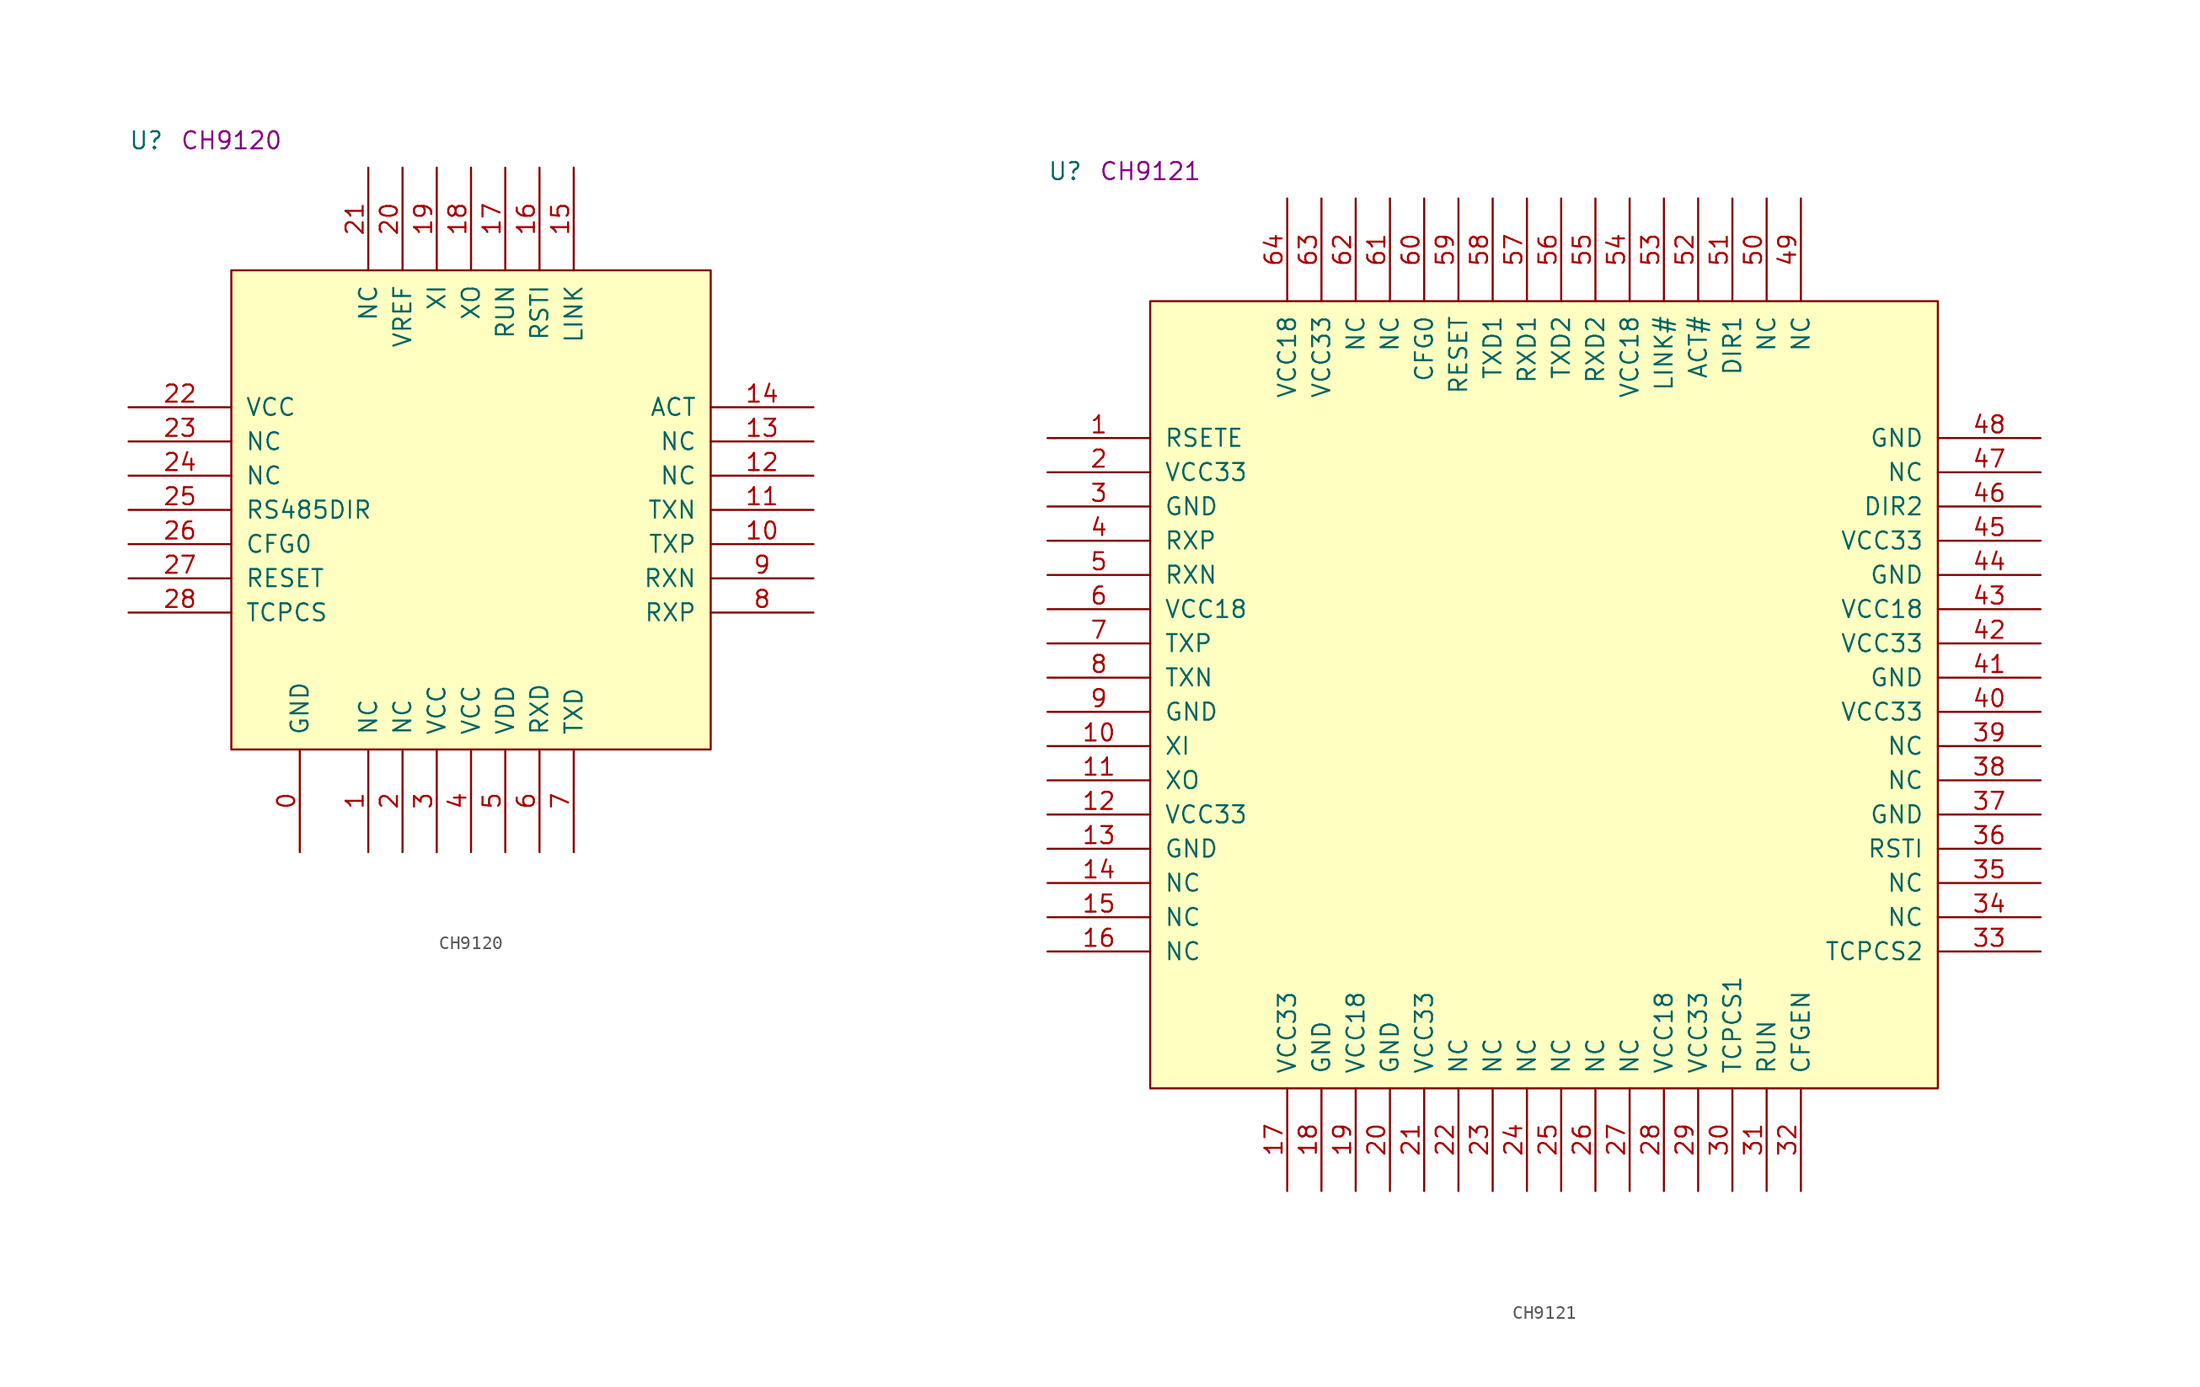
<source format=kicad_sym>
(kicad_symbol_lib
  (version 20211014)
  (generator kicad_symbol_editor)
  (symbol "CH9120"
    (pin_names
      (offset 1.016))
    (property "Reference" "U"
      (at -7.62 8.89 0)
      (effects (font (size 1.27 1.27)) (justify left bottom)))
    (property "Comment" "CH9120"
      (at -3.81 8.89 0)
      (effects (font (size 1.27 1.27)) (justify left bottom)))
    (symbol "CH9120_1_1"
      (rectangle (start 0 -35.56) (end 35.56 0) (stroke (width 0) (type default) (color 0 0 0 0)) (fill (type background)))
      (pin power_in line (at 5.08 -43.18 90) (length 7.62) (name "GND" (effects (font (size 1.27 1.27)))) (number "0" (effects (font (size 1.27 1.27)))))
      (pin passive line (at 10.16 -43.18 90) (length 7.62) (name "NC" (effects (font (size 1.27 1.27)))) (number "1" (effects (font (size 1.27 1.27)))))
      (pin output line (at 43.18 -20.32 180) (length 7.62) (name "TXP" (effects (font (size 1.27 1.27)))) (number "10" (effects (font (size 1.27 1.27)))))
      (pin output line (at 43.18 -17.78 180) (length 7.62) (name "TXN" (effects (font (size 1.27 1.27)))) (number "11" (effects (font (size 1.27 1.27)))))
      (pin passive line (at 43.18 -15.24 180) (length 7.62) (name "NC" (effects (font (size 1.27 1.27)))) (number "12" (effects (font (size 1.27 1.27)))))
      (pin passive line (at 43.18 -12.7 180) (length 7.62) (name "NC" (effects (font (size 1.27 1.27)))) (number "13" (effects (font (size 1.27 1.27)))))
      (pin output line (at 43.18 -10.16 180) (length 7.62) (name "ACT" (effects (font (size 1.27 1.27)))) (number "14" (effects (font (size 1.27 1.27)))))
      (pin output line (at 25.4 7.62 270) (length 7.62) (name "LINK" (effects (font (size 1.27 1.27)))) (number "15" (effects (font (size 1.27 1.27)))))
      (pin input line (at 22.86 7.62 270) (length 7.62) (name "RSTI" (effects (font (size 1.27 1.27)))) (number "16" (effects (font (size 1.27 1.27)))))
      (pin output line (at 20.32 7.62 270) (length 7.62) (name "RUN" (effects (font (size 1.27 1.27)))) (number "17" (effects (font (size 1.27 1.27)))))
      (pin output line (at 17.78 7.62 270) (length 7.62) (name "XO" (effects (font (size 1.27 1.27)))) (number "18" (effects (font (size 1.27 1.27)))))
      (pin input line (at 15.24 7.62 270) (length 7.62) (name "XI" (effects (font (size 1.27 1.27)))) (number "19" (effects (font (size 1.27 1.27)))))
      (pin passive line (at 12.7 -43.18 90) (length 7.62) (name "NC" (effects (font (size 1.27 1.27)))) (number "2" (effects (font (size 1.27 1.27)))))
      (pin power_in line (at 12.7 7.62 270) (length 7.62) (name "VREF" (effects (font (size 1.27 1.27)))) (number "20" (effects (font (size 1.27 1.27)))))
      (pin passive line (at 10.16 7.62 270) (length 7.62) (name "NC" (effects (font (size 1.27 1.27)))) (number "21" (effects (font (size 1.27 1.27)))))
      (pin power_in line (at -7.62 -10.16 0) (length 7.62) (name "VCC" (effects (font (size 1.27 1.27)))) (number "22" (effects (font (size 1.27 1.27)))))
      (pin passive line (at -7.62 -12.7 0) (length 7.62) (name "NC" (effects (font (size 1.27 1.27)))) (number "23" (effects (font (size 1.27 1.27)))))
      (pin passive line (at -7.62 -15.24 0) (length 7.62) (name "NC" (effects (font (size 1.27 1.27)))) (number "24" (effects (font (size 1.27 1.27)))))
      (pin output line (at -7.62 -17.78 0) (length 7.62) (name "RS485DIR" (effects (font (size 1.27 1.27)))) (number "25" (effects (font (size 1.27 1.27)))))
      (pin input line (at -7.62 -20.32 0) (length 7.62) (name "CFG0" (effects (font (size 1.27 1.27)))) (number "26" (effects (font (size 1.27 1.27)))))
      (pin input line (at -7.62 -22.86 0) (length 7.62) (name "RESET" (effects (font (size 1.27 1.27)))) (number "27" (effects (font (size 1.27 1.27)))))
      (pin output line (at -7.62 -25.4 0) (length 7.62) (name "TCPCS" (effects (font (size 1.27 1.27)))) (number "28" (effects (font (size 1.27 1.27)))))
      (pin power_in line (at 15.24 -43.18 90) (length 7.62) (name "VCC" (effects (font (size 1.27 1.27)))) (number "3" (effects (font (size 1.27 1.27)))))
      (pin power_in line (at 17.78 -43.18 90) (length 7.62) (name "VCC" (effects (font (size 1.27 1.27)))) (number "4" (effects (font (size 1.27 1.27)))))
      (pin power_in line (at 20.32 -43.18 90) (length 7.62) (name "VDD" (effects (font (size 1.27 1.27)))) (number "5" (effects (font (size 1.27 1.27)))))
      (pin input line (at 22.86 -43.18 90) (length 7.62) (name "RXD" (effects (font (size 1.27 1.27)))) (number "6" (effects (font (size 1.27 1.27)))))
      (pin output line (at 25.4 -43.18 90) (length 7.62) (name "TXD" (effects (font (size 1.27 1.27)))) (number "7" (effects (font (size 1.27 1.27)))))
      (pin input line (at 43.18 -25.4 180) (length 7.62) (name "RXP" (effects (font (size 1.27 1.27)))) (number "8" (effects (font (size 1.27 1.27)))))
      (pin input line (at 43.18 -22.86 180) (length 7.62) (name "RXN" (effects (font (size 1.27 1.27)))) (number "9" (effects (font (size 1.27 1.27)))))))
  (symbol "CH9121"
    (pin_names
      (offset 1.016))
    (property "Reference" "U"
      (at -7.62 8.89 0)
      (effects (font (size 1.27 1.27)) (justify left bottom)))
    (property "Comment" "CH9121"
      (at -3.81 8.89 0)
      (effects (font (size 1.27 1.27)) (justify left bottom)))
    (symbol "CH9121_1_1"
      (rectangle (start 0 -58.42) (end 58.42 0) (stroke (width 0) (type default) (color 0 0 0 0)) (fill (type background)))
      (pin passive line (at -7.62 -10.16 0) (length 7.62) (name "RSETE" (effects (font (size 1.27 1.27)))) (number "1" (effects (font (size 1.27 1.27)))))
      (pin input line (at -7.62 -33.02 0) (length 7.62) (name "XI" (effects (font (size 1.27 1.27)))) (number "10" (effects (font (size 1.27 1.27)))))
      (pin output line (at -7.62 -35.56 0) (length 7.62) (name "XO" (effects (font (size 1.27 1.27)))) (number "11" (effects (font (size 1.27 1.27)))))
      (pin power_in line (at -7.62 -38.1 0) (length 7.62) (name "VCC33" (effects (font (size 1.27 1.27)))) (number "12" (effects (font (size 1.27 1.27)))))
      (pin power_in line (at -7.62 -40.64 0) (length 7.62) (name "GND" (effects (font (size 1.27 1.27)))) (number "13" (effects (font (size 1.27 1.27)))))
      (pin passive line (at -7.62 -43.18 0) (length 7.62) (name "NC" (effects (font (size 1.27 1.27)))) (number "14" (effects (font (size 1.27 1.27)))))
      (pin passive line (at -7.62 -45.72 0) (length 7.62) (name "NC" (effects (font (size 1.27 1.27)))) (number "15" (effects (font (size 1.27 1.27)))))
      (pin passive line (at -7.62 -48.26 0) (length 7.62) (name "NC" (effects (font (size 1.27 1.27)))) (number "16" (effects (font (size 1.27 1.27)))))
      (pin power_in line (at 10.16 -66.04 90) (length 7.62) (name "VCC33" (effects (font (size 1.27 1.27)))) (number "17" (effects (font (size 1.27 1.27)))))
      (pin power_in line (at 12.7 -66.04 90) (length 7.62) (name "GND" (effects (font (size 1.27 1.27)))) (number "18" (effects (font (size 1.27 1.27)))))
      (pin power_in line (at 15.24 -66.04 90) (length 7.62) (name "VCC18" (effects (font (size 1.27 1.27)))) (number "19" (effects (font (size 1.27 1.27)))))
      (pin power_in line (at -7.62 -12.7 0) (length 7.62) (name "VCC33" (effects (font (size 1.27 1.27)))) (number "2" (effects (font (size 1.27 1.27)))))
      (pin power_in line (at 17.78 -66.04 90) (length 7.62) (name "GND" (effects (font (size 1.27 1.27)))) (number "20" (effects (font (size 1.27 1.27)))))
      (pin power_in line (at 20.32 -66.04 90) (length 7.62) (name "VCC33" (effects (font (size 1.27 1.27)))) (number "21" (effects (font (size 1.27 1.27)))))
      (pin passive line (at 22.86 -66.04 90) (length 7.62) (name "NC" (effects (font (size 1.27 1.27)))) (number "22" (effects (font (size 1.27 1.27)))))
      (pin passive line (at 25.4 -66.04 90) (length 7.62) (name "NC" (effects (font (size 1.27 1.27)))) (number "23" (effects (font (size 1.27 1.27)))))
      (pin passive line (at 27.94 -66.04 90) (length 7.62) (name "NC" (effects (font (size 1.27 1.27)))) (number "24" (effects (font (size 1.27 1.27)))))
      (pin passive line (at 30.48 -66.04 90) (length 7.62) (name "NC" (effects (font (size 1.27 1.27)))) (number "25" (effects (font (size 1.27 1.27)))))
      (pin passive line (at 33.02 -66.04 90) (length 7.62) (name "NC" (effects (font (size 1.27 1.27)))) (number "26" (effects (font (size 1.27 1.27)))))
      (pin passive line (at 35.56 -66.04 90) (length 7.62) (name "NC" (effects (font (size 1.27 1.27)))) (number "27" (effects (font (size 1.27 1.27)))))
      (pin power_in line (at 38.1 -66.04 90) (length 7.62) (name "VCC18" (effects (font (size 1.27 1.27)))) (number "28" (effects (font (size 1.27 1.27)))))
      (pin power_in line (at 40.64 -66.04 90) (length 7.62) (name "VCC33" (effects (font (size 1.27 1.27)))) (number "29" (effects (font (size 1.27 1.27)))))
      (pin passive line (at -7.62 -15.24 0) (length 7.62) (name "GND" (effects (font (size 1.27 1.27)))) (number "3" (effects (font (size 1.27 1.27)))))
      (pin output line (at 43.18 -66.04 90) (length 7.62) (name "TCPCS1" (effects (font (size 1.27 1.27)))) (number "30" (effects (font (size 1.27 1.27)))))
      (pin output line (at 45.72 -66.04 90) (length 7.62) (name "RUN" (effects (font (size 1.27 1.27)))) (number "31" (effects (font (size 1.27 1.27)))))
      (pin input line (at 48.26 -66.04 90) (length 7.62) (name "CFGEN" (effects (font (size 1.27 1.27)))) (number "32" (effects (font (size 1.27 1.27)))))
      (pin output line (at 66.04 -48.26 180) (length 7.62) (name "TCPCS2" (effects (font (size 1.27 1.27)))) (number "33" (effects (font (size 1.27 1.27)))))
      (pin passive line (at 66.04 -45.72 180) (length 7.62) (name "NC" (effects (font (size 1.27 1.27)))) (number "34" (effects (font (size 1.27 1.27)))))
      (pin passive line (at 66.04 -43.18 180) (length 7.62) (name "NC" (effects (font (size 1.27 1.27)))) (number "35" (effects (font (size 1.27 1.27)))))
      (pin input line (at 66.04 -40.64 180) (length 7.62) (name "RSTI" (effects (font (size 1.27 1.27)))) (number "36" (effects (font (size 1.27 1.27)))))
      (pin power_in line (at 66.04 -38.1 180) (length 7.62) (name "GND" (effects (font (size 1.27 1.27)))) (number "37" (effects (font (size 1.27 1.27)))))
      (pin passive line (at 66.04 -35.56 180) (length 7.62) (name "NC" (effects (font (size 1.27 1.27)))) (number "38" (effects (font (size 1.27 1.27)))))
      (pin passive line (at 66.04 -33.02 180) (length 7.62) (name "NC" (effects (font (size 1.27 1.27)))) (number "39" (effects (font (size 1.27 1.27)))))
      (pin input line (at -7.62 -17.78 0) (length 7.62) (name "RXP" (effects (font (size 1.27 1.27)))) (number "4" (effects (font (size 1.27 1.27)))))
      (pin power_in line (at 66.04 -30.48 180) (length 7.62) (name "VCC33" (effects (font (size 1.27 1.27)))) (number "40" (effects (font (size 1.27 1.27)))))
      (pin power_in line (at 66.04 -27.94 180) (length 7.62) (name "GND" (effects (font (size 1.27 1.27)))) (number "41" (effects (font (size 1.27 1.27)))))
      (pin power_in line (at 66.04 -25.4 180) (length 7.62) (name "VCC33" (effects (font (size 1.27 1.27)))) (number "42" (effects (font (size 1.27 1.27)))))
      (pin power_in line (at 66.04 -22.86 180) (length 7.62) (name "VCC18" (effects (font (size 1.27 1.27)))) (number "43" (effects (font (size 1.27 1.27)))))
      (pin power_in line (at 66.04 -20.32 180) (length 7.62) (name "GND" (effects (font (size 1.27 1.27)))) (number "44" (effects (font (size 1.27 1.27)))))
      (pin power_in line (at 66.04 -17.78 180) (length 7.62) (name "VCC33" (effects (font (size 1.27 1.27)))) (number "45" (effects (font (size 1.27 1.27)))))
      (pin output line (at 66.04 -15.24 180) (length 7.62) (name "DIR2" (effects (font (size 1.27 1.27)))) (number "46" (effects (font (size 1.27 1.27)))))
      (pin passive line (at 66.04 -12.7 180) (length 7.62) (name "NC" (effects (font (size 1.27 1.27)))) (number "47" (effects (font (size 1.27 1.27)))))
      (pin power_in line (at 66.04 -10.16 180) (length 7.62) (name "GND" (effects (font (size 1.27 1.27)))) (number "48" (effects (font (size 1.27 1.27)))))
      (pin passive line (at 48.26 7.62 270) (length 7.62) (name "NC" (effects (font (size 1.27 1.27)))) (number "49" (effects (font (size 1.27 1.27)))))
      (pin input line (at -7.62 -20.32 0) (length 7.62) (name "RXN" (effects (font (size 1.27 1.27)))) (number "5" (effects (font (size 1.27 1.27)))))
      (pin passive line (at 45.72 7.62 270) (length 7.62) (name "NC" (effects (font (size 1.27 1.27)))) (number "50" (effects (font (size 1.27 1.27)))))
      (pin output line (at 43.18 7.62 270) (length 7.62) (name "DIR1" (effects (font (size 1.27 1.27)))) (number "51" (effects (font (size 1.27 1.27)))))
      (pin output line (at 40.64 7.62 270) (length 7.62) (name "ACT#" (effects (font (size 1.27 1.27)))) (number "52" (effects (font (size 1.27 1.27)))))
      (pin output line (at 38.1 7.62 270) (length 7.62) (name "LINK#" (effects (font (size 1.27 1.27)))) (number "53" (effects (font (size 1.27 1.27)))))
      (pin power_in line (at 35.56 7.62 270) (length 7.62) (name "VCC18" (effects (font (size 1.27 1.27)))) (number "54" (effects (font (size 1.27 1.27)))))
      (pin input line (at 33.02 7.62 270) (length 7.62) (name "RXD2" (effects (font (size 1.27 1.27)))) (number "55" (effects (font (size 1.27 1.27)))))
      (pin output line (at 30.48 7.62 270) (length 7.62) (name "TXD2" (effects (font (size 1.27 1.27)))) (number "56" (effects (font (size 1.27 1.27)))))
      (pin input line (at 27.94 7.62 270) (length 7.62) (name "RXD1" (effects (font (size 1.27 1.27)))) (number "57" (effects (font (size 1.27 1.27)))))
      (pin output line (at 25.4 7.62 270) (length 7.62) (name "TXD1" (effects (font (size 1.27 1.27)))) (number "58" (effects (font (size 1.27 1.27)))))
      (pin input line (at 22.86 7.62 270) (length 7.62) (name "RESET" (effects (font (size 1.27 1.27)))) (number "59" (effects (font (size 1.27 1.27)))))
      (pin power_in line (at -7.62 -22.86 0) (length 7.62) (name "VCC18" (effects (font (size 1.27 1.27)))) (number "6" (effects (font (size 1.27 1.27)))))
      (pin input line (at 20.32 7.62 270) (length 7.62) (name "CFG0" (effects (font (size 1.27 1.27)))) (number "60" (effects (font (size 1.27 1.27)))))
      (pin passive line (at 17.78 7.62 270) (length 7.62) (name "NC" (effects (font (size 1.27 1.27)))) (number "61" (effects (font (size 1.27 1.27)))))
      (pin passive line (at 15.24 7.62 270) (length 7.62) (name "NC" (effects (font (size 1.27 1.27)))) (number "62" (effects (font (size 1.27 1.27)))))
      (pin power_in line (at 12.7 7.62 270) (length 7.62) (name "VCC33" (effects (font (size 1.27 1.27)))) (number "63" (effects (font (size 1.27 1.27)))))
      (pin power_in line (at 10.16 7.62 270) (length 7.62) (name "VCC18" (effects (font (size 1.27 1.27)))) (number "64" (effects (font (size 1.27 1.27)))))
      (pin output line (at -7.62 -25.4 0) (length 7.62) (name "TXP" (effects (font (size 1.27 1.27)))) (number "7" (effects (font (size 1.27 1.27)))))
      (pin output line (at -7.62 -27.94 0) (length 7.62) (name "TXN" (effects (font (size 1.27 1.27)))) (number "8" (effects (font (size 1.27 1.27)))))
      (pin power_in line (at -7.62 -30.48 0) (length 7.62) (name "GND" (effects (font (size 1.27 1.27)))) (number "9" (effects (font (size 1.27 1.27))))))))
</source>
